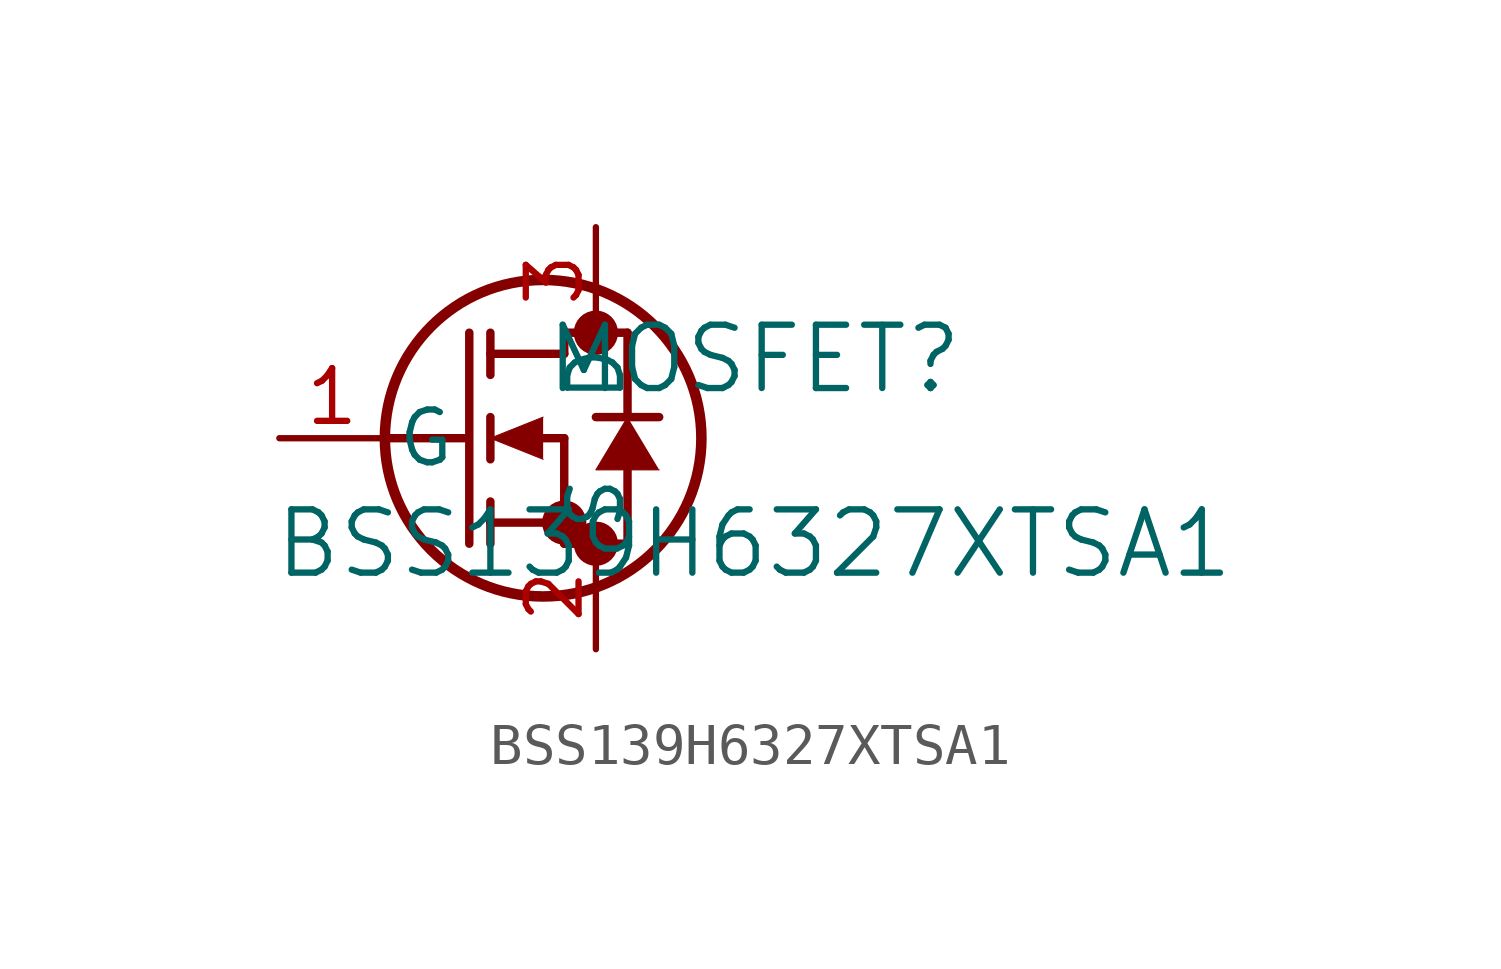
<source format=kicad_sym>
(kicad_symbol_lib
  (version 20211014)
  (generator kicad_symbol_editor)
  (symbol "BSS139H6327XTSA1"
    (pin_names
      (offset 0.254))
    (property "Reference" "MOSFET"
      (at 11.43 1.905 0)
      (effects (font (size 1.524 1.524))))
    (property "Value" "BSS139H6327XTSA1"
      (at 11.43 -2.54 0)
      (effects (font (size 1.524 1.524))))
    (symbol "BSS139H6327XTSA1_0_1"
      (circle (center 7.62 2.54) (radius 0.025) (stroke (width 0.508) (type default) (color 0 0 0 0)) (fill (type none)))
      (circle (center 7.62 -2.54) (radius 0.025) (stroke (width 0.508) (type default) (color 0 0 0 0)) (fill (type none)))
      (circle (center 6.858 -2.032) (radius 0.025) (stroke (width 0.508) (type default) (color 0 0 0 0)) (fill (type none)))
      (circle (center 6.35 0) (radius 3.81) (stroke (width 0.254) (type default) (color 0 0 0 0)) (fill (type none)))
      (polyline (pts (xy 2.54 0) (xy 4.445 0)) (stroke (width 0.203) (type default) (color 0 0 0 0)) (fill (type none)))
      (polyline (pts (xy 4.572 -2.54) (xy 4.572 2.54)) (stroke (width 0.203) (type default) (color 0 0 0 0)) (fill (type none)))
      (polyline (pts (xy 5.08 -0.508) (xy 5.08 0.508)) (stroke (width 0.203) (type default) (color 0 0 0 0)) (fill (type none)))
      (polyline (pts (xy 5.08 -2.54) (xy 5.08 -1.524)) (stroke (width 0.203) (type default) (color 0 0 0 0)) (fill (type none)))
      (polyline (pts (xy 5.08 1.524) (xy 5.08 2.54)) (stroke (width 0.203) (type default) (color 0 0 0 0)) (fill (type none)))
      (polyline (pts (xy 6.35 0) (xy 6.858 0)) (stroke (width 0.203) (type default) (color 0 0 0 0)) (fill (type none)))
      (polyline (pts (xy 5.08 -2.032) (xy 6.858 -2.032)) (stroke (width 0.203) (type default) (color 0 0 0 0)) (fill (type none)))
      (polyline (pts (xy 6.858 -2.54) (xy 6.858 0)) (stroke (width 0.203) (type default) (color 0 0 0 0)) (fill (type none)))
      (polyline (pts (xy 6.858 -2.54) (xy 8.382 -2.54)) (stroke (width 0.203) (type default) (color 0 0 0 0)) (fill (type none)))
      (polyline (pts (xy 5.08 2.032) (xy 6.858 2.032)) (stroke (width 0.203) (type default) (color 0 0 0 0)) (fill (type none)))
      (polyline (pts (xy 8.382 0.508) (xy 8.382 2.54)) (stroke (width 0.203) (type default) (color 0 0 0 0)) (fill (type none)))
      (polyline (pts (xy 6.35 0.508) (xy 5.08 0) (xy 6.35 -0.508)) (stroke (width 0.025) (type default) (color 0 0 0 0)) (fill (type outline)))
      (polyline (pts (xy 9.144 -0.762) (xy 7.62 -0.762) (xy 8.382 0.508)) (stroke (width 0.025) (type default) (color 0 0 0 0)) (fill (type outline)))
      (polyline (pts (xy 8.382 -2.54) (xy 8.382 -0.762)) (stroke (width 0.203) (type default) (color 0 0 0 0)) (fill (type none)))
      (polyline (pts (xy 9.144 0.508) (xy 7.62 0.508)) (stroke (width 0.203) (type default) (color 0 0 0 0)) (fill (type none)))
      (polyline (pts (xy 6.858 2.54) (xy 8.382 2.54)) (stroke (width 0.203) (type default) (color 0 0 0 0)) (fill (type none)))
      (polyline (pts (xy 6.858 2.032) (xy 6.858 2.54)) (stroke (width 0.203) (type default) (color 0 0 0 0)) (fill (type none)))
      (pin unspecified line (at 0 0 0) (length 2.54) (name "G" (effects (font (size 1.27 1.27)))) (number "1" (effects (font (size 1.27 1.27)))))
      (pin unspecified line (at 7.62 -5.08 90) (length 2.54) (name "S" (effects (font (size 1.27 1.27)))) (number "2" (effects (font (size 1.27 1.27)))))
      (pin unspecified line (at 7.62 5.08 270) (length 2.54) (name "D" (effects (font (size 1.27 1.27)))) (number "3" (effects (font (size 1.27 1.27))))))))
</source>
